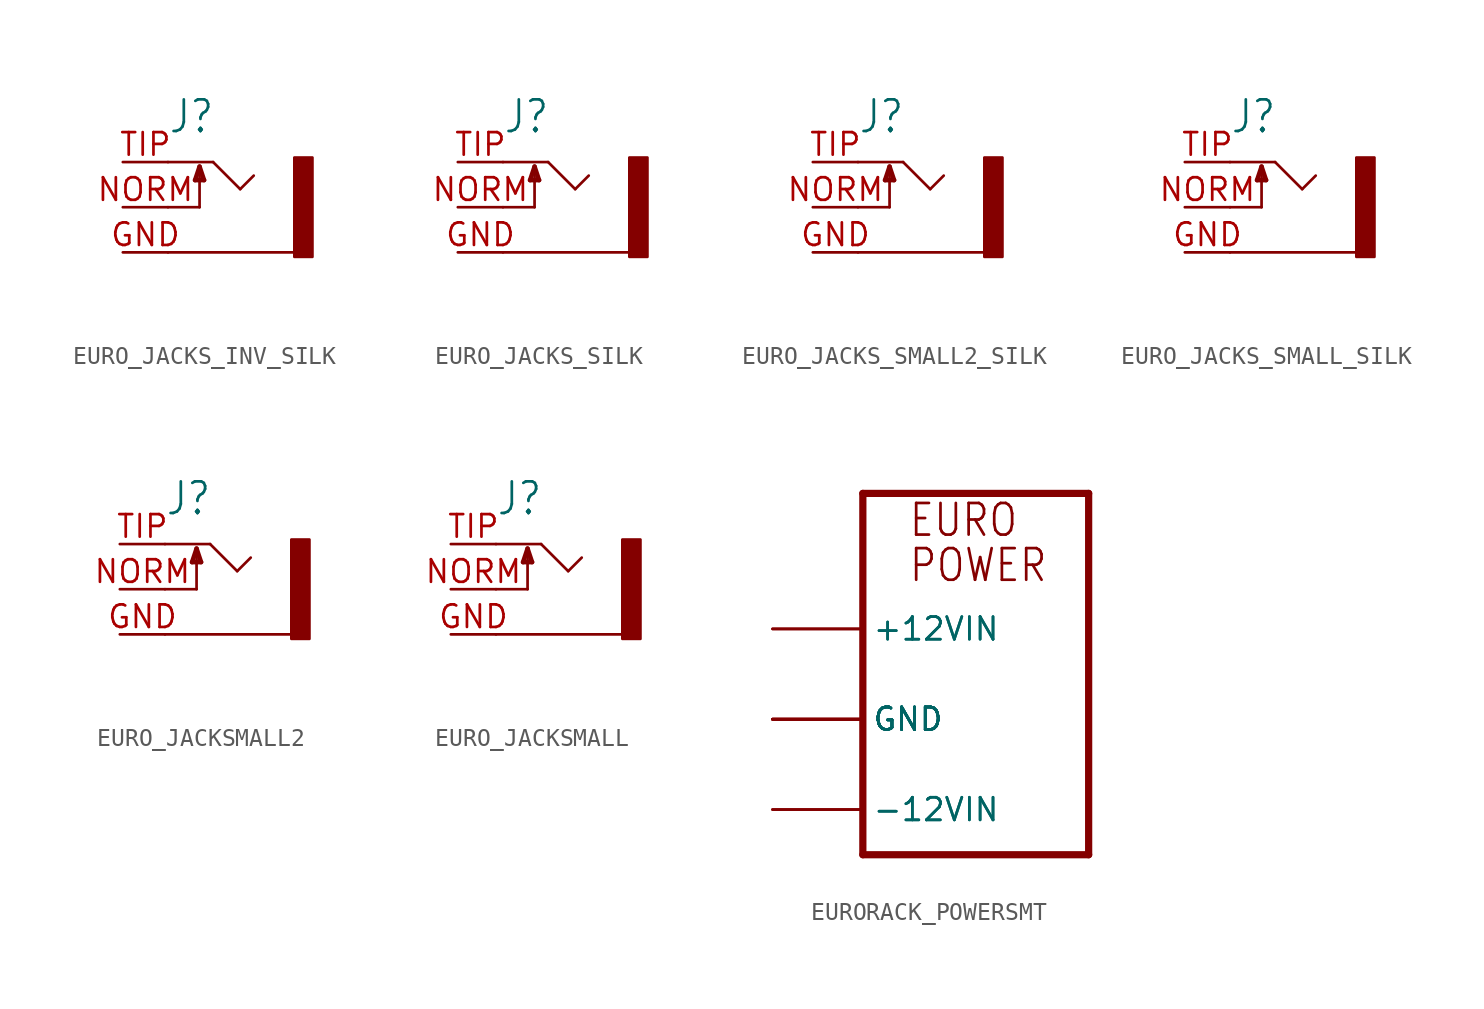
<source format=kicad_sym>
(kicad_symbol_lib
  (version 20231120)
  (generator "kicad_symbol_editor")
  (generator_version "8.0")
  (symbol "EURO_JACKS_INV_SILK"
    (property "Reference" "J"
      (at -2.54 4.064 0)
      (effects (font (size 1.778 1.511)) (justify left bottom)))
    (property "Value" ""
      (at -2.54 -6.096 0)
      (effects (font (size 1.778 1.511)) (justify left bottom)))
    (property "ki_locked" ""
      (at 0 0 0)
      (effects (font (size 1.27 1.27))))
    (symbol "EURO_JACKS_INV_SILK_1_0"
      (polyline (pts (xy -2.54 -2.54) (xy 4.572 -2.54)) (stroke (width 0.152) (type solid)) (fill (type none)))
      (polyline (pts (xy -2.54 0) (xy -0.762 0)) (stroke (width 0.152) (type solid)) (fill (type none)))
      (polyline (pts (xy -2.54 2.54) (xy 0 2.54)) (stroke (width 0.152) (type solid)) (fill (type none)))
      (polyline (pts (xy -1.016 1.524) (xy -0.508 1.524)) (stroke (width 0.254) (type solid)) (fill (type none)))
      (polyline (pts (xy -0.762 0) (xy -0.762 2.286)) (stroke (width 0.152) (type solid)) (fill (type none)))
      (polyline (pts (xy -0.762 2.286) (xy -1.016 1.524)) (stroke (width 0.254) (type solid)) (fill (type none)))
      (polyline (pts (xy -0.508 1.524) (xy -0.762 2.286)) (stroke (width 0.254) (type solid)) (fill (type none)))
      (polyline (pts (xy 0 2.54) (xy 1.524 1.016)) (stroke (width 0.152) (type solid)) (fill (type none)))
      (polyline (pts (xy 1.524 1.016) (xy 2.286 1.778)) (stroke (width 0.152) (type solid)) (fill (type none)))
      (rectangle (start 4.572 2.794) (end 5.588 -2.794) (stroke (width 0) (type default)) (fill (type outline)))
      (pin passive line (at -5.08 -2.54 0) (length 2.54) (name "GND" (effects (font (size 0 0)))) (number "GND" (effects (font (size 1.27 1.27)))))
      (pin passive line (at -5.08 0 0) (length 2.54) (name "NORM" (effects (font (size 0 0)))) (number "NORM" (effects (font (size 1.27 1.27)))))
      (pin passive line (at -5.08 2.54 0) (length 2.54) (name "TIP" (effects (font (size 0 0)))) (number "TIP" (effects (font (size 1.27 1.27)))))))
  (symbol "EURO_JACKS_SILK"
    (property "Reference" "J"
      (at -2.54 4.064 0)
      (effects (font (size 1.778 1.511)) (justify left bottom)))
    (property "Value" ""
      (at -2.54 -6.096 0)
      (effects (font (size 1.778 1.511)) (justify left bottom)))
    (property "ki_locked" ""
      (at 0 0 0)
      (effects (font (size 1.27 1.27))))
    (symbol "EURO_JACKS_SILK_1_0"
      (polyline (pts (xy -2.54 -2.54) (xy 4.572 -2.54)) (stroke (width 0.152) (type solid)) (fill (type none)))
      (polyline (pts (xy -2.54 0) (xy -0.762 0)) (stroke (width 0.152) (type solid)) (fill (type none)))
      (polyline (pts (xy -2.54 2.54) (xy 0 2.54)) (stroke (width 0.152) (type solid)) (fill (type none)))
      (polyline (pts (xy -1.016 1.524) (xy -0.508 1.524)) (stroke (width 0.254) (type solid)) (fill (type none)))
      (polyline (pts (xy -0.762 0) (xy -0.762 2.286)) (stroke (width 0.152) (type solid)) (fill (type none)))
      (polyline (pts (xy -0.762 2.286) (xy -1.016 1.524)) (stroke (width 0.254) (type solid)) (fill (type none)))
      (polyline (pts (xy -0.508 1.524) (xy -0.762 2.286)) (stroke (width 0.254) (type solid)) (fill (type none)))
      (polyline (pts (xy 0 2.54) (xy 1.524 1.016)) (stroke (width 0.152) (type solid)) (fill (type none)))
      (polyline (pts (xy 1.524 1.016) (xy 2.286 1.778)) (stroke (width 0.152) (type solid)) (fill (type none)))
      (rectangle (start 4.572 2.794) (end 5.588 -2.794) (stroke (width 0) (type default)) (fill (type outline)))
      (pin passive line (at -5.08 -2.54 0) (length 2.54) (name "GND" (effects (font (size 0 0)))) (number "GND" (effects (font (size 1.27 1.27)))))
      (pin passive line (at -5.08 0 0) (length 2.54) (name "NORM" (effects (font (size 0 0)))) (number "NORM" (effects (font (size 1.27 1.27)))))
      (pin passive line (at -5.08 2.54 0) (length 2.54) (name "TIP" (effects (font (size 0 0)))) (number "TIP" (effects (font (size 1.27 1.27)))))))
  (symbol "EURO_JACKS_SMALL2_SILK"
    (property "Reference" "J"
      (at -2.54 4.064 0)
      (effects (font (size 1.778 1.511)) (justify left bottom)))
    (property "Value" ""
      (at -2.54 -6.096 0)
      (effects (font (size 1.778 1.511)) (justify left bottom)))
    (property "ki_locked" ""
      (at 0 0 0)
      (effects (font (size 1.27 1.27))))
    (symbol "EURO_JACKS_SMALL2_SILK_1_0"
      (polyline (pts (xy -2.54 -2.54) (xy 4.572 -2.54)) (stroke (width 0.152) (type solid)) (fill (type none)))
      (polyline (pts (xy -2.54 0) (xy -0.762 0)) (stroke (width 0.152) (type solid)) (fill (type none)))
      (polyline (pts (xy -2.54 2.54) (xy 0 2.54)) (stroke (width 0.152) (type solid)) (fill (type none)))
      (polyline (pts (xy -1.016 1.524) (xy -0.508 1.524)) (stroke (width 0.254) (type solid)) (fill (type none)))
      (polyline (pts (xy -0.762 0) (xy -0.762 2.286)) (stroke (width 0.152) (type solid)) (fill (type none)))
      (polyline (pts (xy -0.762 2.286) (xy -1.016 1.524)) (stroke (width 0.254) (type solid)) (fill (type none)))
      (polyline (pts (xy -0.508 1.524) (xy -0.762 2.286)) (stroke (width 0.254) (type solid)) (fill (type none)))
      (polyline (pts (xy 0 2.54) (xy 1.524 1.016)) (stroke (width 0.152) (type solid)) (fill (type none)))
      (polyline (pts (xy 1.524 1.016) (xy 2.286 1.778)) (stroke (width 0.152) (type solid)) (fill (type none)))
      (rectangle (start 4.572 2.794) (end 5.588 -2.794) (stroke (width 0) (type default)) (fill (type outline)))
      (pin passive line (at -5.08 -2.54 0) (length 2.54) (name "GND" (effects (font (size 0 0)))) (number "GND" (effects (font (size 1.27 1.27)))))
      (pin passive line (at -5.08 0 0) (length 2.54) (name "NORM" (effects (font (size 0 0)))) (number "NORM" (effects (font (size 1.27 1.27)))))
      (pin passive line (at -5.08 2.54 0) (length 2.54) (name "TIP" (effects (font (size 0 0)))) (number "TIP" (effects (font (size 1.27 1.27)))))))
  (symbol "EURO_JACKS_SMALL_SILK"
    (property "Reference" "J"
      (at -2.54 4.064 0)
      (effects (font (size 1.778 1.511)) (justify left bottom)))
    (property "Value" ""
      (at -2.54 -6.096 0)
      (effects (font (size 1.778 1.511)) (justify left bottom)))
    (property "ki_locked" ""
      (at 0 0 0)
      (effects (font (size 1.27 1.27))))
    (symbol "EURO_JACKS_SMALL_SILK_1_0"
      (polyline (pts (xy -2.54 -2.54) (xy 4.572 -2.54)) (stroke (width 0.152) (type solid)) (fill (type none)))
      (polyline (pts (xy -2.54 0) (xy -0.762 0)) (stroke (width 0.152) (type solid)) (fill (type none)))
      (polyline (pts (xy -2.54 2.54) (xy 0 2.54)) (stroke (width 0.152) (type solid)) (fill (type none)))
      (polyline (pts (xy -1.016 1.524) (xy -0.508 1.524)) (stroke (width 0.254) (type solid)) (fill (type none)))
      (polyline (pts (xy -0.762 0) (xy -0.762 2.286)) (stroke (width 0.152) (type solid)) (fill (type none)))
      (polyline (pts (xy -0.762 2.286) (xy -1.016 1.524)) (stroke (width 0.254) (type solid)) (fill (type none)))
      (polyline (pts (xy -0.508 1.524) (xy -0.762 2.286)) (stroke (width 0.254) (type solid)) (fill (type none)))
      (polyline (pts (xy 0 2.54) (xy 1.524 1.016)) (stroke (width 0.152) (type solid)) (fill (type none)))
      (polyline (pts (xy 1.524 1.016) (xy 2.286 1.778)) (stroke (width 0.152) (type solid)) (fill (type none)))
      (rectangle (start 4.572 2.794) (end 5.588 -2.794) (stroke (width 0) (type default)) (fill (type outline)))
      (pin passive line (at -5.08 -2.54 0) (length 2.54) (name "GND" (effects (font (size 0 0)))) (number "GND" (effects (font (size 1.27 1.27)))))
      (pin passive line (at -5.08 0 0) (length 2.54) (name "NORM" (effects (font (size 0 0)))) (number "NORM" (effects (font (size 1.27 1.27)))))
      (pin passive line (at -5.08 2.54 0) (length 2.54) (name "TIP" (effects (font (size 0 0)))) (number "TIP" (effects (font (size 1.27 1.27)))))))
  (symbol "EURO_JACKSMALL2"
    (property "Reference" "J"
      (at -2.54 4.064 0)
      (effects (font (size 1.778 1.511)) (justify left bottom)))
    (property "Value" ""
      (at -2.54 -6.096 0)
      (effects (font (size 1.778 1.511)) (justify left bottom)))
    (property "ki_locked" ""
      (at 0 0 0)
      (effects (font (size 1.27 1.27))))
    (symbol "EURO_JACKSMALL2_1_0"
      (polyline (pts (xy -2.54 -2.54) (xy 4.572 -2.54)) (stroke (width 0.152) (type solid)) (fill (type none)))
      (polyline (pts (xy -2.54 0) (xy -0.762 0)) (stroke (width 0.152) (type solid)) (fill (type none)))
      (polyline (pts (xy -2.54 2.54) (xy 0 2.54)) (stroke (width 0.152) (type solid)) (fill (type none)))
      (polyline (pts (xy -1.016 1.524) (xy -0.508 1.524)) (stroke (width 0.254) (type solid)) (fill (type none)))
      (polyline (pts (xy -0.762 0) (xy -0.762 2.286)) (stroke (width 0.152) (type solid)) (fill (type none)))
      (polyline (pts (xy -0.762 2.286) (xy -1.016 1.524)) (stroke (width 0.254) (type solid)) (fill (type none)))
      (polyline (pts (xy -0.508 1.524) (xy -0.762 2.286)) (stroke (width 0.254) (type solid)) (fill (type none)))
      (polyline (pts (xy 0 2.54) (xy 1.524 1.016)) (stroke (width 0.152) (type solid)) (fill (type none)))
      (polyline (pts (xy 1.524 1.016) (xy 2.286 1.778)) (stroke (width 0.152) (type solid)) (fill (type none)))
      (rectangle (start 4.572 2.794) (end 5.588 -2.794) (stroke (width 0) (type default)) (fill (type outline)))
      (pin passive line (at -5.08 -2.54 0) (length 2.54) (name "GND" (effects (font (size 0 0)))) (number "GND" (effects (font (size 1.27 1.27)))))
      (pin passive line (at -5.08 0 0) (length 2.54) (name "NORM" (effects (font (size 0 0)))) (number "NORM" (effects (font (size 1.27 1.27)))))
      (pin passive line (at -5.08 2.54 0) (length 2.54) (name "TIP" (effects (font (size 0 0)))) (number "TIP" (effects (font (size 1.27 1.27)))))))
  (symbol "EURO_JACKSMALL"
    (property "Reference" "J"
      (at -2.54 4.064 0)
      (effects (font (size 1.778 1.511)) (justify left bottom)))
    (property "Value" ""
      (at -2.54 -6.096 0)
      (effects (font (size 1.778 1.511)) (justify left bottom)))
    (property "ki_locked" ""
      (at 0 0 0)
      (effects (font (size 1.27 1.27))))
    (symbol "EURO_JACKSMALL_1_0"
      (polyline (pts (xy -2.54 -2.54) (xy 4.572 -2.54)) (stroke (width 0.152) (type solid)) (fill (type none)))
      (polyline (pts (xy -2.54 0) (xy -0.762 0)) (stroke (width 0.152) (type solid)) (fill (type none)))
      (polyline (pts (xy -2.54 2.54) (xy 0 2.54)) (stroke (width 0.152) (type solid)) (fill (type none)))
      (polyline (pts (xy -1.016 1.524) (xy -0.508 1.524)) (stroke (width 0.254) (type solid)) (fill (type none)))
      (polyline (pts (xy -0.762 0) (xy -0.762 2.286)) (stroke (width 0.152) (type solid)) (fill (type none)))
      (polyline (pts (xy -0.762 2.286) (xy -1.016 1.524)) (stroke (width 0.254) (type solid)) (fill (type none)))
      (polyline (pts (xy -0.508 1.524) (xy -0.762 2.286)) (stroke (width 0.254) (type solid)) (fill (type none)))
      (polyline (pts (xy 0 2.54) (xy 1.524 1.016)) (stroke (width 0.152) (type solid)) (fill (type none)))
      (polyline (pts (xy 1.524 1.016) (xy 2.286 1.778)) (stroke (width 0.152) (type solid)) (fill (type none)))
      (rectangle (start 4.572 2.794) (end 5.588 -2.794) (stroke (width 0) (type default)) (fill (type outline)))
      (pin passive line (at -5.08 -2.54 0) (length 2.54) (name "GND" (effects (font (size 0 0)))) (number "GND" (effects (font (size 1.27 1.27)))))
      (pin passive line (at -5.08 0 0) (length 2.54) (name "NORM" (effects (font (size 0 0)))) (number "NORM" (effects (font (size 1.27 1.27)))))
      (pin passive line (at -5.08 2.54 0) (length 2.54) (name "TIP" (effects (font (size 0 0)))) (number "TIP" (effects (font (size 1.27 1.27)))))))
  (symbol "EURORACK_POWERSMT"
    (property "Reference" "EP"
      (at 0 0 0)
      (effects (font (size 1.27 1.27)) (hide yes)))
    (property "ki_locked" ""
      (at 0 0 0)
      (effects (font (size 1.27 1.27))))
    (symbol "EURORACK_POWERSMT_1_0"
      (polyline (pts (xy -5.08 -10.16) (xy 7.62 -10.16)) (stroke (width 0.406) (type solid)) (fill (type none)))
      (polyline (pts (xy -5.08 10.16) (xy -5.08 -10.16)) (stroke (width 0.406) (type solid)) (fill (type none)))
      (polyline (pts (xy 7.62 -10.16) (xy 7.62 10.16)) (stroke (width 0.406) (type solid)) (fill (type none)))
      (polyline (pts (xy 7.62 10.16) (xy -5.08 10.16)) (stroke (width 0.406) (type solid)) (fill (type none)))
      (text "EURO" (at -2.54 7.62 0) (effects (font (size 1.778 1.511)) (justify left bottom)))
      (text "POWER" (at -2.54 5.08 0) (effects (font (size 1.778 1.511)) (justify left bottom)))
      (pin bidirectional line (at -10.16 -2.54 0) (length 5.08) (name "GND" (effects (font (size 1.27 1.27)))) (number "GND1A" (effects (font (size 0 0)))))
      (pin bidirectional line (at -10.16 -2.54 0) (length 5.08) (name "GND" (effects (font (size 1.27 1.27)))) (number "GND1B" (effects (font (size 0 0)))))
      (pin bidirectional line (at -10.16 -2.54 0) (length 5.08) (name "GND" (effects (font (size 1.27 1.27)))) (number "GND2A" (effects (font (size 0 0)))))
      (pin bidirectional line (at -10.16 -2.54 0) (length 5.08) (name "GND" (effects (font (size 1.27 1.27)))) (number "GND2B" (effects (font (size 0 0)))))
      (pin bidirectional line (at -10.16 -2.54 0) (length 5.08) (name "GND" (effects (font (size 1.27 1.27)))) (number "GND3A" (effects (font (size 0 0)))))
      (pin bidirectional line (at -10.16 -2.54 0) (length 5.08) (name "GND" (effects (font (size 1.27 1.27)))) (number "GND3B" (effects (font (size 0 0)))))
      (pin bidirectional line (at -10.16 -7.62 0) (length 5.08) (name "-12VIN" (effects (font (size 1.27 1.27)))) (number "N12VA" (effects (font (size 0 0)))))
      (pin bidirectional line (at -10.16 -7.62 0) (length 5.08) (name "-12VIN" (effects (font (size 1.27 1.27)))) (number "N12VB" (effects (font (size 0 0)))))
      (pin bidirectional line (at -10.16 2.54 0) (length 5.08) (name "+12VIN" (effects (font (size 1.27 1.27)))) (number "P12VA" (effects (font (size 0 0)))))
      (pin bidirectional line (at -10.16 2.54 0) (length 5.08) (name "+12VIN" (effects (font (size 1.27 1.27)))) (number "P12VB" (effects (font (size 0 0))))))))
</source>
